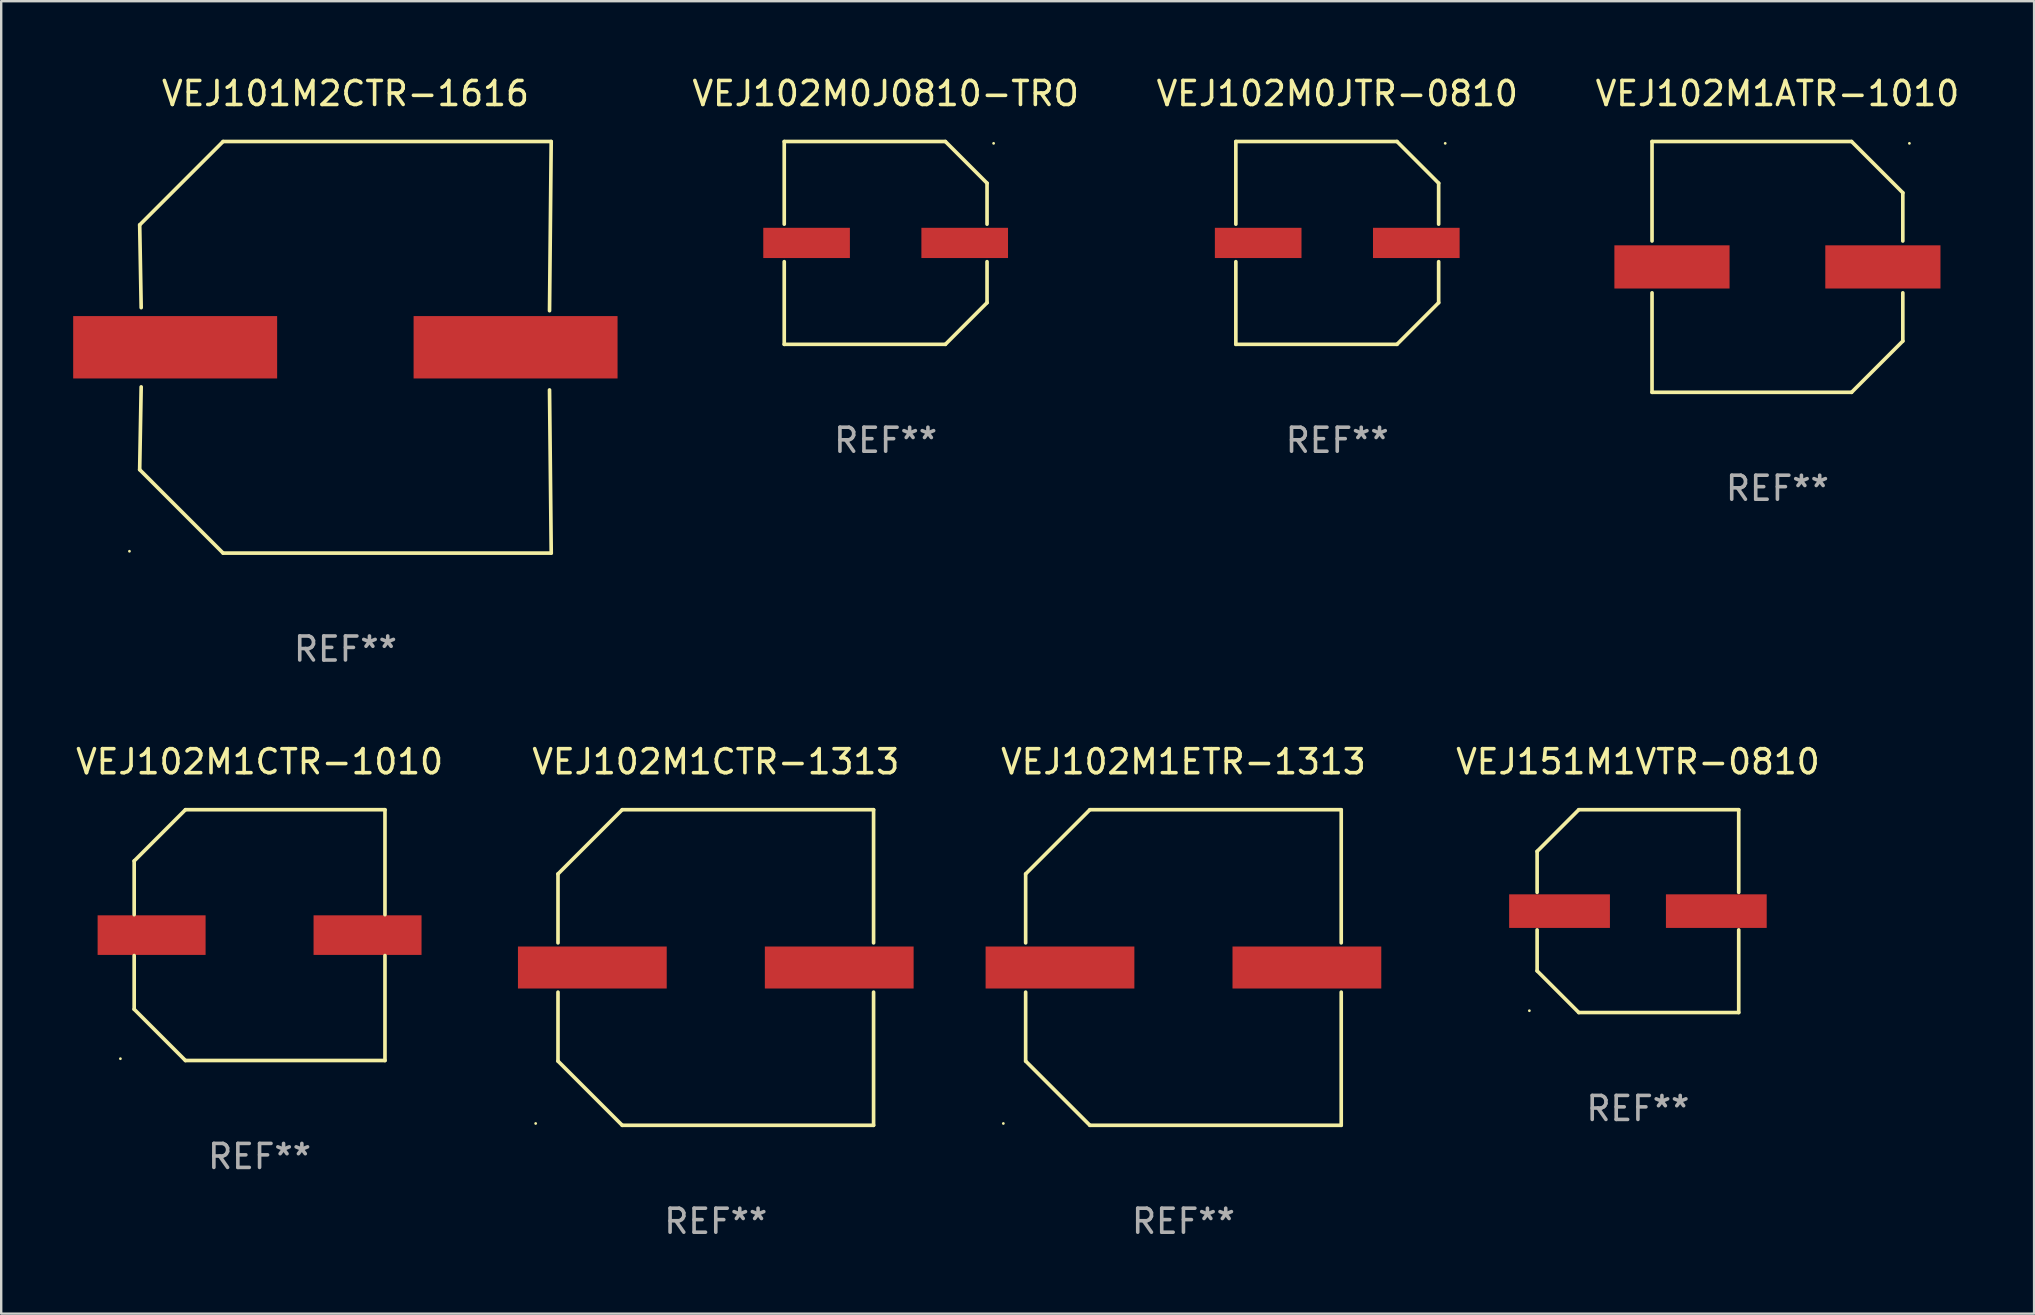
<source format=kicad_pcb>
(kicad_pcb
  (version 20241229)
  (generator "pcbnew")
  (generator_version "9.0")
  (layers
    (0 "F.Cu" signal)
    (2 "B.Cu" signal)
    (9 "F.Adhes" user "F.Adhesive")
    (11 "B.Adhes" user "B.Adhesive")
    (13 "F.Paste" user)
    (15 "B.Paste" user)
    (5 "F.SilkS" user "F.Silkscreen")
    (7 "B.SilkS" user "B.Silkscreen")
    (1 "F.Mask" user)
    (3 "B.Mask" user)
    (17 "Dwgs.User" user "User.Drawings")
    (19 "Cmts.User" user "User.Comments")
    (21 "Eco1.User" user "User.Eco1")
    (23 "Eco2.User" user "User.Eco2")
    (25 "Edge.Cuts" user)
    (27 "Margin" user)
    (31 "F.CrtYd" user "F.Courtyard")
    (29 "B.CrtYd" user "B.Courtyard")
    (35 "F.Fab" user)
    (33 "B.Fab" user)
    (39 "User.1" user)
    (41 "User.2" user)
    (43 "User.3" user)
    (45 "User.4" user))
  (footprint "VEJ102M0J0810-TRO"
    (layer "F.Cu")
    (at 33.86 7.074)
    (property "Reference" "VEJ102M0J0810-TRO" (at 0 -6.226 0) (layer "F.SilkS") (effects (font (size 1 1) (thickness 0.15))))
    (attr through_hole)
    (fp_line (start -4.226 -4.226) (end 2.49 -4.226) (stroke (width 0.152) (type solid)) (layer "F.SilkS"))
    (fp_line (start -4.226 -0.782) (end -4.226 -4.226) (stroke (width 0.152) (type solid)) (layer "F.SilkS"))
    (fp_line (start -4.226 0.782) (end -4.226 4.226) (stroke (width 0.152) (type solid)) (layer "F.SilkS"))
    (fp_line (start -4.226 4.226) (end 2.49 4.226) (stroke (width 0.152) (type solid)) (layer "F.SilkS"))
    (fp_line (start 2.49 -4.226) (end 4.226 -2.49) (stroke (width 0.152) (type solid)) (layer "F.SilkS"))
    (fp_line (start 2.49 4.226) (end 4.226 2.49) (stroke (width 0.152) (type solid)) (layer "F.SilkS"))
    (fp_line (start 4.226 -2.49) (end 4.226 -0.782) (stroke (width 0.152) (type solid)) (layer "F.SilkS"))
    (fp_line (start 4.226 2.49) (end 4.226 0.782) (stroke (width 0.152) (type solid)) (layer "F.SilkS"))
    (fp_circle (center 4.5 -4.15) (end 4.53 -4.15) (stroke (width 0.06) (type solid)) (fill no) (layer "F.SilkS"))
    (fp_text user "REF**" (at 0 8.226 0) (layer "F.Fab") (effects (font (size 1 1) (thickness 0.15))))
    (pad "1" smd rect (at 3.295 0 180) (size 3.61 1.26) (layers "F.Cu" "F.Mask" "F.Paste"))
    (pad "2" smd rect (at -3.295 0 180) (size 3.61 1.26) (layers "F.Cu" "F.Mask" "F.Paste")))
  (footprint "VEJ102M1ATR-1010"
    (layer "F.Cu")
    (at 71.026 8.074)
    (property "Reference" "VEJ102M1ATR-1010" (at 0 -7.226 0) (layer "F.SilkS") (effects (font (size 1 1) (thickness 0.15))))
    (attr through_hole)
    (fp_line (start -5.226 -5.226) (end -5.226 -1.08) (stroke (width 0.152) (type solid)) (layer "F.SilkS"))
    (fp_line (start -5.226 -5.226) (end 3.09 -5.226) (stroke (width 0.152) (type solid)) (layer "F.SilkS"))
    (fp_line (start -5.226 1.08) (end -5.226 5.226) (stroke (width 0.152) (type solid)) (layer "F.SilkS"))
    (fp_line (start -5.226 5.226) (end 3.09 5.226) (stroke (width 0.152) (type solid)) (layer "F.SilkS"))
    (fp_line (start 3.09 -5.226) (end 5.226 -3.09) (stroke (width 0.152) (type solid)) (layer "F.SilkS"))
    (fp_line (start 3.09 5.226) (end 5.226 3.09) (stroke (width 0.152) (type solid)) (layer "F.SilkS"))
    (fp_line (start 5.226 -1.08) (end 5.226 -3.09) (stroke (width 0.152) (type solid)) (layer "F.SilkS"))
    (fp_line (start 5.226 3.09) (end 5.226 1.08) (stroke (width 0.152) (type solid)) (layer "F.SilkS"))
    (fp_circle (center 5.5 -5.15) (end 5.53 -5.15) (stroke (width 0.06) (type solid)) (fill no) (layer "F.SilkS"))
    (fp_text user "REF**" (at 0 9.226 0) (layer "F.Fab") (effects (font (size 1 1) (thickness 0.15))))
    (pad "1" smd rect (at 4.395 0 180) (size 4.8 1.8) (layers "F.Cu" "F.Mask" "F.Paste"))
    (pad "2" smd rect (at -4.395 0 180) (size 4.8 1.8) (layers "F.Cu" "F.Mask" "F.Paste")))
  (footprint "VEJ101M2CTR-1616"
    (layer "F.Cu")
    (at 11.347 11.424)
    (property "Reference" "VEJ101M2CTR-1616" (at 0 -10.576 0) (layer "F.SilkS") (effects (font (size 1 1) (thickness 0.15))))
    (attr through_hole)
    (fp_line (start -8.576 5.099) (end -8.513 1.65) (stroke (width 0.152) (type solid)) (layer "F.SilkS"))
    (fp_line (start -8.575 -5.101) (end -8.513 -1.652) (stroke (width 0.152) (type solid)) (layer "F.SilkS"))
    (fp_line (start -5.1 -8.576) (end -8.575 -5.101) (stroke (width 0.152) (type solid)) (layer "F.SilkS"))
    (fp_line (start -5.1 8.576) (end -8.576 5.099) (stroke (width 0.152) (type solid)) (layer "F.SilkS"))
    (fp_line (start 8.505 -1.525) (end 8.575 -8.576) (stroke (width 0.152) (type solid)) (layer "F.SilkS"))
    (fp_line (start 8.505 1.777) (end 8.576 8.576) (stroke (width 0.152) (type solid)) (layer "F.SilkS"))
    (fp_line (start 8.575 -8.576) (end -5.1 -8.576) (stroke (width 0.152) (type solid)) (layer "F.SilkS"))
    (fp_line (start 8.576 8.576) (end -5.1 8.576) (stroke (width 0.152) (type solid)) (layer "F.SilkS"))
    (fp_circle (center -9.002 8.5) (end -8.972 8.5) (stroke (width 0.06) (type solid)) (fill no) (layer "F.SilkS"))
    (fp_text user "REF**" (at 0 12.576 0) (layer "F.Fab") (effects (font (size 1 1) (thickness 0.15))))
    (pad "1" smd rect (at -7.097 -0.001) (size 8.5 2.6) (layers "F.Cu" "F.Mask" "F.Paste"))
    (pad "2" smd rect (at 7.09 -0.001) (size 8.5 2.6) (layers "F.Cu" "F.Mask" "F.Paste")))
  (footprint "VEJ102M0JTR-0810"
    (layer "F.Cu")
    (at 52.681 7.074)
    (property "Reference" "VEJ102M0JTR-0810" (at 0 -6.226 0) (layer "F.SilkS") (effects (font (size 1 1) (thickness 0.15))))
    (attr through_hole)
    (fp_line (start -4.226 -4.226) (end 2.49 -4.226) (stroke (width 0.152) (type solid)) (layer "F.SilkS"))
    (fp_line (start -4.226 -0.782) (end -4.226 -4.226) (stroke (width 0.152) (type solid)) (layer "F.SilkS"))
    (fp_line (start -4.226 0.782) (end -4.226 4.226) (stroke (width 0.152) (type solid)) (layer "F.SilkS"))
    (fp_line (start -4.226 4.226) (end 2.49 4.226) (stroke (width 0.152) (type solid)) (layer "F.SilkS"))
    (fp_line (start 2.49 -4.226) (end 4.226 -2.49) (stroke (width 0.152) (type solid)) (layer "F.SilkS"))
    (fp_line (start 2.49 4.226) (end 4.226 2.49) (stroke (width 0.152) (type solid)) (layer "F.SilkS"))
    (fp_line (start 4.226 -2.49) (end 4.226 -0.782) (stroke (width 0.152) (type solid)) (layer "F.SilkS"))
    (fp_line (start 4.226 2.49) (end 4.226 0.782) (stroke (width 0.152) (type solid)) (layer "F.SilkS"))
    (fp_circle (center 4.5 -4.15) (end 4.53 -4.15) (stroke (width 0.06) (type solid)) (fill no) (layer "F.SilkS"))
    (fp_text user "REF**" (at 0 8.226 0) (layer "F.Fab") (effects (font (size 1 1) (thickness 0.15))))
    (pad "1" smd rect (at 3.295 0 180) (size 3.61 1.26) (layers "F.Cu" "F.Mask" "F.Paste"))
    (pad "2" smd rect (at -3.295 0 180) (size 3.61 1.26) (layers "F.Cu" "F.Mask" "F.Paste")))
  (footprint "VEJ151M1VTR-0810"
    (layer "F.Cu")
    (at 65.212 34.922)
    (property "Reference" "VEJ151M1VTR-0810" (at 0 -6.226 0) (layer "F.SilkS") (effects (font (size 1 1) (thickness 0.15))))
    (attr through_hole)
    (fp_line (start -4.201 -2.49) (end -4.201 -0.782) (stroke (width 0.152) (type solid)) (layer "F.SilkS"))
    (fp_line (start -4.201 2.49) (end -4.201 0.782) (stroke (width 0.152) (type solid)) (layer "F.SilkS"))
    (fp_line (start -2.465 -4.226) (end -4.201 -2.49) (stroke (width 0.152) (type solid)) (layer "F.SilkS"))
    (fp_line (start -2.465 4.226) (end -4.201 2.49) (stroke (width 0.152) (type solid)) (layer "F.SilkS"))
    (fp_line (start 4.201 -4.226) (end -2.465 -4.226) (stroke (width 0.152) (type solid)) (layer "F.SilkS"))
    (fp_line (start 4.201 -0.782) (end 4.201 -4.226) (stroke (width 0.152) (type solid)) (layer "F.SilkS"))
    (fp_line (start 4.201 0.782) (end 4.201 4.226) (stroke (width 0.152) (type solid)) (layer "F.SilkS"))
    (fp_line (start 4.201 4.226) (end -2.465 4.226) (stroke (width 0.152) (type solid)) (layer "F.SilkS"))
    (fp_circle (center -4.524 4.15) (end -4.494 4.15) (stroke (width 0.06) (type solid)) (fill no) (layer "F.SilkS"))
    (fp_text user "REF**" (at 0 8.226 0) (layer "F.Fab") (effects (font (size 1 1) (thickness 0.15))))
    (pad "1" smd rect (at -3.267 0) (size 4.2 1.4) (layers "F.Cu" "F.Mask" "F.Paste"))
    (pad "2" smd rect (at 3.267 0) (size 4.2 1.4) (layers "F.Cu" "F.Mask" "F.Paste")))
  (footprint "VEJ102M1CTR-1010"
    (layer "F.Cu")
    (at 7.768 35.922)
    (property "Reference" "VEJ102M1CTR-1010" (at 0 -7.226 0) (layer "F.SilkS") (effects (font (size 1 1) (thickness 0.15))))
    (attr through_hole)
    (fp_line (start -5.226 -3.09) (end -5.226 -0.852) (stroke (width 0.152) (type solid)) (layer "F.SilkS"))
    (fp_line (start -5.226 3.09) (end -5.226 0.852) (stroke (width 0.152) (type solid)) (layer "F.SilkS"))
    (fp_line (start -3.09 -5.226) (end -5.226 -3.09) (stroke (width 0.152) (type solid)) (layer "F.SilkS"))
    (fp_line (start -3.09 5.226) (end -5.226 3.09) (stroke (width 0.152) (type solid)) (layer "F.SilkS"))
    (fp_line (start 5.226 -5.226) (end -3.09 -5.226) (stroke (width 0.152) (type solid)) (layer "F.SilkS"))
    (fp_line (start 5.226 -0.852) (end 5.226 -5.226) (stroke (width 0.152) (type solid)) (layer "F.SilkS"))
    (fp_line (start 5.226 0.852) (end 5.226 5.226) (stroke (width 0.152) (type solid)) (layer "F.SilkS"))
    (fp_line (start 5.226 5.226) (end -3.09 5.226) (stroke (width 0.152) (type solid)) (layer "F.SilkS"))
    (fp_circle (center -5.8 5.15) (end -5.77 5.15) (stroke (width 0.06) (type solid)) (fill no) (layer "F.SilkS"))
    (fp_text user "REF**" (at 0 9.226 0) (layer "F.Fab") (effects (font (size 1 1) (thickness 0.15))))
    (pad "1" smd rect (at -4.5 0) (size 4.5 1.65) (layers "F.Cu" "F.Mask" "F.Paste"))
    (pad "2" smd rect (at 4.5 0) (size 4.5 1.65) (layers "F.Cu" "F.Mask" "F.Paste")))
  (footprint "VEJ102M1CTR-1313"
    (layer "F.Cu")
    (at 26.781 37.272)
    (property "Reference" "VEJ102M1CTR-1313" (at 0 -8.576 0) (layer "F.SilkS") (effects (font (size 1 1) (thickness 0.15))))
    (attr through_hole)
    (fp_line (start -6.576 -3.9) (end -6.576 -1.027) (stroke (width 0.152) (type solid)) (layer "F.SilkS"))
    (fp_line (start -6.576 3.9) (end -6.576 1.027) (stroke (width 0.152) (type solid)) (layer "F.SilkS"))
    (fp_line (start -3.9 -6.576) (end -6.576 -3.9) (stroke (width 0.152) (type solid)) (layer "F.SilkS"))
    (fp_line (start -3.9 6.576) (end -6.576 3.9) (stroke (width 0.152) (type solid)) (layer "F.SilkS"))
    (fp_line (start 6.576 -6.576) (end -3.9 -6.576) (stroke (width 0.152) (type solid)) (layer "F.SilkS"))
    (fp_line (start 6.576 -1.027) (end 6.576 -6.576) (stroke (width 0.152) (type solid)) (layer "F.SilkS"))
    (fp_line (start 6.576 1.027) (end 6.576 6.576) (stroke (width 0.152) (type solid)) (layer "F.SilkS"))
    (fp_line (start 6.576 6.576) (end -3.9 6.576) (stroke (width 0.152) (type solid)) (layer "F.SilkS"))
    (fp_circle (center -7.506 6.5) (end -7.476 6.5) (stroke (width 0.06) (type solid)) (fill no) (layer "F.SilkS"))
    (fp_text user "REF**" (at 0 10.576 0) (layer "F.Fab") (effects (font (size 1 1) (thickness 0.15))))
    (pad "1" smd rect (at -5.145 0) (size 6.2 1.75) (layers "F.Cu" "F.Mask" "F.Paste"))
    (pad "2" smd rect (at 5.145 0) (size 6.2 1.75) (layers "F.Cu" "F.Mask" "F.Paste")))
  (footprint "VEJ102M1ETR-1313"
    (layer "F.Cu")
    (at 46.271 37.272)
    (property "Reference" "VEJ102M1ETR-1313" (at 0 -8.576 0) (layer "F.SilkS") (effects (font (size 1 1) (thickness 0.15))))
    (attr through_hole)
    (fp_line (start -6.576 -3.9) (end -6.576 -1.027) (stroke (width 0.152) (type solid)) (layer "F.SilkS"))
    (fp_line (start -6.576 3.9) (end -6.576 1.027) (stroke (width 0.152) (type solid)) (layer "F.SilkS"))
    (fp_line (start -3.9 -6.576) (end -6.576 -3.9) (stroke (width 0.152) (type solid)) (layer "F.SilkS"))
    (fp_line (start -3.9 6.576) (end -6.576 3.9) (stroke (width 0.152) (type solid)) (layer "F.SilkS"))
    (fp_line (start 6.576 -6.576) (end -3.9 -6.576) (stroke (width 0.152) (type solid)) (layer "F.SilkS"))
    (fp_line (start 6.576 -1.027) (end 6.576 -6.576) (stroke (width 0.152) (type solid)) (layer "F.SilkS"))
    (fp_line (start 6.576 1.027) (end 6.576 6.576) (stroke (width 0.152) (type solid)) (layer "F.SilkS"))
    (fp_line (start 6.576 6.576) (end -3.9 6.576) (stroke (width 0.152) (type solid)) (layer "F.SilkS"))
    (fp_circle (center -7.506 6.5) (end -7.476 6.5) (stroke (width 0.06) (type solid)) (fill no) (layer "F.SilkS"))
    (fp_text user "REF**" (at 0 10.576 0) (layer "F.Fab") (effects (font (size 1 1) (thickness 0.15))))
    (pad "1" smd rect (at -5.145 0) (size 6.2 1.75) (layers "F.Cu" "F.Mask" "F.Paste"))
    (pad "2" smd rect (at 5.145 0) (size 6.2 1.75) (layers "F.Cu" "F.Mask" "F.Paste")))
  (gr_rect
    (start -3 -3)
    (end 81.723 51.697)
    (stroke (width 0.1) (type default))
    (fill no)
    (layer "Edge.Cuts")))
</source>
